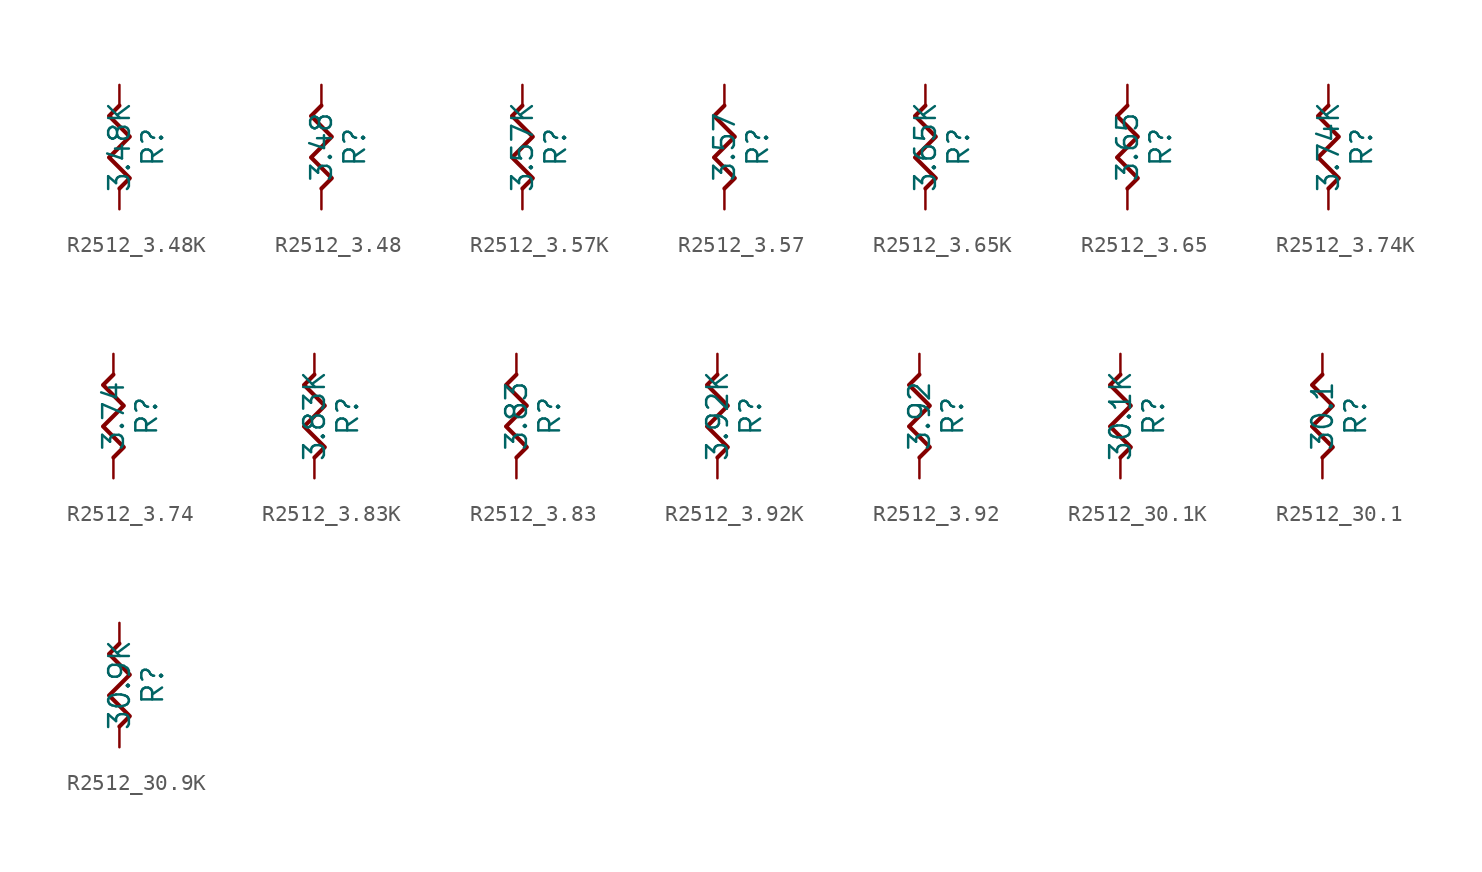
<source format=kicad_sym>
(kicad_symbol_lib
  (version 20211014)
  (generator atlantix-eda)
  (symbol "R2512_3.48K"
    (pin_numbers hide)
    (pin_names
      (offset 0))
    (property "Reference" "R"
      (at 2.032 0 90)
      (effects (font (size 1.27 1.27))))
    (property "Value" "3.48K"
      (at 0 0 90)
      (effects (font (size 1.27 1.27))))
    (symbol "R2512_3.48K_0_1"
      (polyline (pts (xy 0 -2.54) (xy 0.635 -1.905) (xy -0.635 -0.635) (xy 0.635 0.635) (xy -0.635 1.905) (xy 0 2.54)) (stroke (width 0.254) (type default) (color 0 0 0 0)) (fill (type none))))
    (symbol "R2512_3.48K_1_1"
      (pin passive line (at 0 3.81 270) (length 1.27) (name "~" (effects (font (size 1.27 1.27)))) (number "1" (effects (font (size 1.27 1.27)))))
      (pin passive line (at 0 -3.81 90) (length 1.27) (name "~" (effects (font (size 1.27 1.27)))) (number "2" (effects (font (size 1.27 1.27)))))))
  (symbol "R2512_3.48"
    (pin_numbers hide)
    (pin_names
      (offset 0))
    (property "Reference" "R"
      (at 2.032 0 90)
      (effects (font (size 1.27 1.27))))
    (property "Value" "3.48"
      (at 0 0 90)
      (effects (font (size 1.27 1.27))))
    (symbol "R2512_3.48_0_1"
      (polyline (pts (xy 0 -2.54) (xy 0.635 -1.905) (xy -0.635 -0.635) (xy 0.635 0.635) (xy -0.635 1.905) (xy 0 2.54)) (stroke (width 0.254) (type default) (color 0 0 0 0)) (fill (type none))))
    (symbol "R2512_3.48_1_1"
      (pin passive line (at 0 3.81 270) (length 1.27) (name "~" (effects (font (size 1.27 1.27)))) (number "1" (effects (font (size 1.27 1.27)))))
      (pin passive line (at 0 -3.81 90) (length 1.27) (name "~" (effects (font (size 1.27 1.27)))) (number "2" (effects (font (size 1.27 1.27)))))))
  (symbol "R2512_3.57K"
    (pin_numbers hide)
    (pin_names
      (offset 0))
    (property "Reference" "R"
      (at 2.032 0 90)
      (effects (font (size 1.27 1.27))))
    (property "Value" "3.57K"
      (at 0 0 90)
      (effects (font (size 1.27 1.27))))
    (symbol "R2512_3.57K_0_1"
      (polyline (pts (xy 0 -2.54) (xy 0.635 -1.905) (xy -0.635 -0.635) (xy 0.635 0.635) (xy -0.635 1.905) (xy 0 2.54)) (stroke (width 0.254) (type default) (color 0 0 0 0)) (fill (type none))))
    (symbol "R2512_3.57K_1_1"
      (pin passive line (at 0 3.81 270) (length 1.27) (name "~" (effects (font (size 1.27 1.27)))) (number "1" (effects (font (size 1.27 1.27)))))
      (pin passive line (at 0 -3.81 90) (length 1.27) (name "~" (effects (font (size 1.27 1.27)))) (number "2" (effects (font (size 1.27 1.27)))))))
  (symbol "R2512_3.57"
    (pin_numbers hide)
    (pin_names
      (offset 0))
    (property "Reference" "R"
      (at 2.032 0 90)
      (effects (font (size 1.27 1.27))))
    (property "Value" "3.57"
      (at 0 0 90)
      (effects (font (size 1.27 1.27))))
    (symbol "R2512_3.57_0_1"
      (polyline (pts (xy 0 -2.54) (xy 0.635 -1.905) (xy -0.635 -0.635) (xy 0.635 0.635) (xy -0.635 1.905) (xy 0 2.54)) (stroke (width 0.254) (type default) (color 0 0 0 0)) (fill (type none))))
    (symbol "R2512_3.57_1_1"
      (pin passive line (at 0 3.81 270) (length 1.27) (name "~" (effects (font (size 1.27 1.27)))) (number "1" (effects (font (size 1.27 1.27)))))
      (pin passive line (at 0 -3.81 90) (length 1.27) (name "~" (effects (font (size 1.27 1.27)))) (number "2" (effects (font (size 1.27 1.27)))))))
  (symbol "R2512_3.65K"
    (pin_numbers hide)
    (pin_names
      (offset 0))
    (property "Reference" "R"
      (at 2.032 0 90)
      (effects (font (size 1.27 1.27))))
    (property "Value" "3.65K"
      (at 0 0 90)
      (effects (font (size 1.27 1.27))))
    (symbol "R2512_3.65K_0_1"
      (polyline (pts (xy 0 -2.54) (xy 0.635 -1.905) (xy -0.635 -0.635) (xy 0.635 0.635) (xy -0.635 1.905) (xy 0 2.54)) (stroke (width 0.254) (type default) (color 0 0 0 0)) (fill (type none))))
    (symbol "R2512_3.65K_1_1"
      (pin passive line (at 0 3.81 270) (length 1.27) (name "~" (effects (font (size 1.27 1.27)))) (number "1" (effects (font (size 1.27 1.27)))))
      (pin passive line (at 0 -3.81 90) (length 1.27) (name "~" (effects (font (size 1.27 1.27)))) (number "2" (effects (font (size 1.27 1.27)))))))
  (symbol "R2512_3.65"
    (pin_numbers hide)
    (pin_names
      (offset 0))
    (property "Reference" "R"
      (at 2.032 0 90)
      (effects (font (size 1.27 1.27))))
    (property "Value" "3.65"
      (at 0 0 90)
      (effects (font (size 1.27 1.27))))
    (symbol "R2512_3.65_0_1"
      (polyline (pts (xy 0 -2.54) (xy 0.635 -1.905) (xy -0.635 -0.635) (xy 0.635 0.635) (xy -0.635 1.905) (xy 0 2.54)) (stroke (width 0.254) (type default) (color 0 0 0 0)) (fill (type none))))
    (symbol "R2512_3.65_1_1"
      (pin passive line (at 0 3.81 270) (length 1.27) (name "~" (effects (font (size 1.27 1.27)))) (number "1" (effects (font (size 1.27 1.27)))))
      (pin passive line (at 0 -3.81 90) (length 1.27) (name "~" (effects (font (size 1.27 1.27)))) (number "2" (effects (font (size 1.27 1.27)))))))
  (symbol "R2512_3.74K"
    (pin_numbers hide)
    (pin_names
      (offset 0))
    (property "Reference" "R"
      (at 2.032 0 90)
      (effects (font (size 1.27 1.27))))
    (property "Value" "3.74K"
      (at 0 0 90)
      (effects (font (size 1.27 1.27))))
    (symbol "R2512_3.74K_0_1"
      (polyline (pts (xy 0 -2.54) (xy 0.635 -1.905) (xy -0.635 -0.635) (xy 0.635 0.635) (xy -0.635 1.905) (xy 0 2.54)) (stroke (width 0.254) (type default) (color 0 0 0 0)) (fill (type none))))
    (symbol "R2512_3.74K_1_1"
      (pin passive line (at 0 3.81 270) (length 1.27) (name "~" (effects (font (size 1.27 1.27)))) (number "1" (effects (font (size 1.27 1.27)))))
      (pin passive line (at 0 -3.81 90) (length 1.27) (name "~" (effects (font (size 1.27 1.27)))) (number "2" (effects (font (size 1.27 1.27)))))))
  (symbol "R2512_3.74"
    (pin_numbers hide)
    (pin_names
      (offset 0))
    (property "Reference" "R"
      (at 2.032 0 90)
      (effects (font (size 1.27 1.27))))
    (property "Value" "3.74"
      (at 0 0 90)
      (effects (font (size 1.27 1.27))))
    (symbol "R2512_3.74_0_1"
      (polyline (pts (xy 0 -2.54) (xy 0.635 -1.905) (xy -0.635 -0.635) (xy 0.635 0.635) (xy -0.635 1.905) (xy 0 2.54)) (stroke (width 0.254) (type default) (color 0 0 0 0)) (fill (type none))))
    (symbol "R2512_3.74_1_1"
      (pin passive line (at 0 3.81 270) (length 1.27) (name "~" (effects (font (size 1.27 1.27)))) (number "1" (effects (font (size 1.27 1.27)))))
      (pin passive line (at 0 -3.81 90) (length 1.27) (name "~" (effects (font (size 1.27 1.27)))) (number "2" (effects (font (size 1.27 1.27)))))))
  (symbol "R2512_3.83K"
    (pin_numbers hide)
    (pin_names
      (offset 0))
    (property "Reference" "R"
      (at 2.032 0 90)
      (effects (font (size 1.27 1.27))))
    (property "Value" "3.83K"
      (at 0 0 90)
      (effects (font (size 1.27 1.27))))
    (symbol "R2512_3.83K_0_1"
      (polyline (pts (xy 0 -2.54) (xy 0.635 -1.905) (xy -0.635 -0.635) (xy 0.635 0.635) (xy -0.635 1.905) (xy 0 2.54)) (stroke (width 0.254) (type default) (color 0 0 0 0)) (fill (type none))))
    (symbol "R2512_3.83K_1_1"
      (pin passive line (at 0 3.81 270) (length 1.27) (name "~" (effects (font (size 1.27 1.27)))) (number "1" (effects (font (size 1.27 1.27)))))
      (pin passive line (at 0 -3.81 90) (length 1.27) (name "~" (effects (font (size 1.27 1.27)))) (number "2" (effects (font (size 1.27 1.27)))))))
  (symbol "R2512_3.83"
    (pin_numbers hide)
    (pin_names
      (offset 0))
    (property "Reference" "R"
      (at 2.032 0 90)
      (effects (font (size 1.27 1.27))))
    (property "Value" "3.83"
      (at 0 0 90)
      (effects (font (size 1.27 1.27))))
    (symbol "R2512_3.83_0_1"
      (polyline (pts (xy 0 -2.54) (xy 0.635 -1.905) (xy -0.635 -0.635) (xy 0.635 0.635) (xy -0.635 1.905) (xy 0 2.54)) (stroke (width 0.254) (type default) (color 0 0 0 0)) (fill (type none))))
    (symbol "R2512_3.83_1_1"
      (pin passive line (at 0 3.81 270) (length 1.27) (name "~" (effects (font (size 1.27 1.27)))) (number "1" (effects (font (size 1.27 1.27)))))
      (pin passive line (at 0 -3.81 90) (length 1.27) (name "~" (effects (font (size 1.27 1.27)))) (number "2" (effects (font (size 1.27 1.27)))))))
  (symbol "R2512_3.92K"
    (pin_numbers hide)
    (pin_names
      (offset 0))
    (property "Reference" "R"
      (at 2.032 0 90)
      (effects (font (size 1.27 1.27))))
    (property "Value" "3.92K"
      (at 0 0 90)
      (effects (font (size 1.27 1.27))))
    (symbol "R2512_3.92K_0_1"
      (polyline (pts (xy 0 -2.54) (xy 0.635 -1.905) (xy -0.635 -0.635) (xy 0.635 0.635) (xy -0.635 1.905) (xy 0 2.54)) (stroke (width 0.254) (type default) (color 0 0 0 0)) (fill (type none))))
    (symbol "R2512_3.92K_1_1"
      (pin passive line (at 0 3.81 270) (length 1.27) (name "~" (effects (font (size 1.27 1.27)))) (number "1" (effects (font (size 1.27 1.27)))))
      (pin passive line (at 0 -3.81 90) (length 1.27) (name "~" (effects (font (size 1.27 1.27)))) (number "2" (effects (font (size 1.27 1.27)))))))
  (symbol "R2512_3.92"
    (pin_numbers hide)
    (pin_names
      (offset 0))
    (property "Reference" "R"
      (at 2.032 0 90)
      (effects (font (size 1.27 1.27))))
    (property "Value" "3.92"
      (at 0 0 90)
      (effects (font (size 1.27 1.27))))
    (symbol "R2512_3.92_0_1"
      (polyline (pts (xy 0 -2.54) (xy 0.635 -1.905) (xy -0.635 -0.635) (xy 0.635 0.635) (xy -0.635 1.905) (xy 0 2.54)) (stroke (width 0.254) (type default) (color 0 0 0 0)) (fill (type none))))
    (symbol "R2512_3.92_1_1"
      (pin passive line (at 0 3.81 270) (length 1.27) (name "~" (effects (font (size 1.27 1.27)))) (number "1" (effects (font (size 1.27 1.27)))))
      (pin passive line (at 0 -3.81 90) (length 1.27) (name "~" (effects (font (size 1.27 1.27)))) (number "2" (effects (font (size 1.27 1.27)))))))
  (symbol "R2512_30.1K"
    (pin_numbers hide)
    (pin_names
      (offset 0))
    (property "Reference" "R"
      (at 2.032 0 90)
      (effects (font (size 1.27 1.27))))
    (property "Value" "30.1K"
      (at 0 0 90)
      (effects (font (size 1.27 1.27))))
    (symbol "R2512_30.1K_0_1"
      (polyline (pts (xy 0 -2.54) (xy 0.635 -1.905) (xy -0.635 -0.635) (xy 0.635 0.635) (xy -0.635 1.905) (xy 0 2.54)) (stroke (width 0.254) (type default) (color 0 0 0 0)) (fill (type none))))
    (symbol "R2512_30.1K_1_1"
      (pin passive line (at 0 3.81 270) (length 1.27) (name "~" (effects (font (size 1.27 1.27)))) (number "1" (effects (font (size 1.27 1.27)))))
      (pin passive line (at 0 -3.81 90) (length 1.27) (name "~" (effects (font (size 1.27 1.27)))) (number "2" (effects (font (size 1.27 1.27)))))))
  (symbol "R2512_30.1"
    (pin_numbers hide)
    (pin_names
      (offset 0))
    (property "Reference" "R"
      (at 2.032 0 90)
      (effects (font (size 1.27 1.27))))
    (property "Value" "30.1"
      (at 0 0 90)
      (effects (font (size 1.27 1.27))))
    (symbol "R2512_30.1_0_1"
      (polyline (pts (xy 0 -2.54) (xy 0.635 -1.905) (xy -0.635 -0.635) (xy 0.635 0.635) (xy -0.635 1.905) (xy 0 2.54)) (stroke (width 0.254) (type default) (color 0 0 0 0)) (fill (type none))))
    (symbol "R2512_30.1_1_1"
      (pin passive line (at 0 3.81 270) (length 1.27) (name "~" (effects (font (size 1.27 1.27)))) (number "1" (effects (font (size 1.27 1.27)))))
      (pin passive line (at 0 -3.81 90) (length 1.27) (name "~" (effects (font (size 1.27 1.27)))) (number "2" (effects (font (size 1.27 1.27)))))))
  (symbol "R2512_30.9K"
    (pin_numbers hide)
    (pin_names
      (offset 0))
    (property "Reference" "R"
      (at 2.032 0 90)
      (effects (font (size 1.27 1.27))))
    (property "Value" "30.9K"
      (at 0 0 90)
      (effects (font (size 1.27 1.27))))
    (symbol "R2512_30.9K_0_1"
      (polyline (pts (xy 0 -2.54) (xy 0.635 -1.905) (xy -0.635 -0.635) (xy 0.635 0.635) (xy -0.635 1.905) (xy 0 2.54)) (stroke (width 0.254) (type default) (color 0 0 0 0)) (fill (type none))))
    (symbol "R2512_30.9K_1_1"
      (pin passive line (at 0 3.81 270) (length 1.27) (name "~" (effects (font (size 1.27 1.27)))) (number "1" (effects (font (size 1.27 1.27)))))
      (pin passive line (at 0 -3.81 90) (length 1.27) (name "~" (effects (font (size 1.27 1.27)))) (number "2" (effects (font (size 1.27 1.27))))))))
</source>
